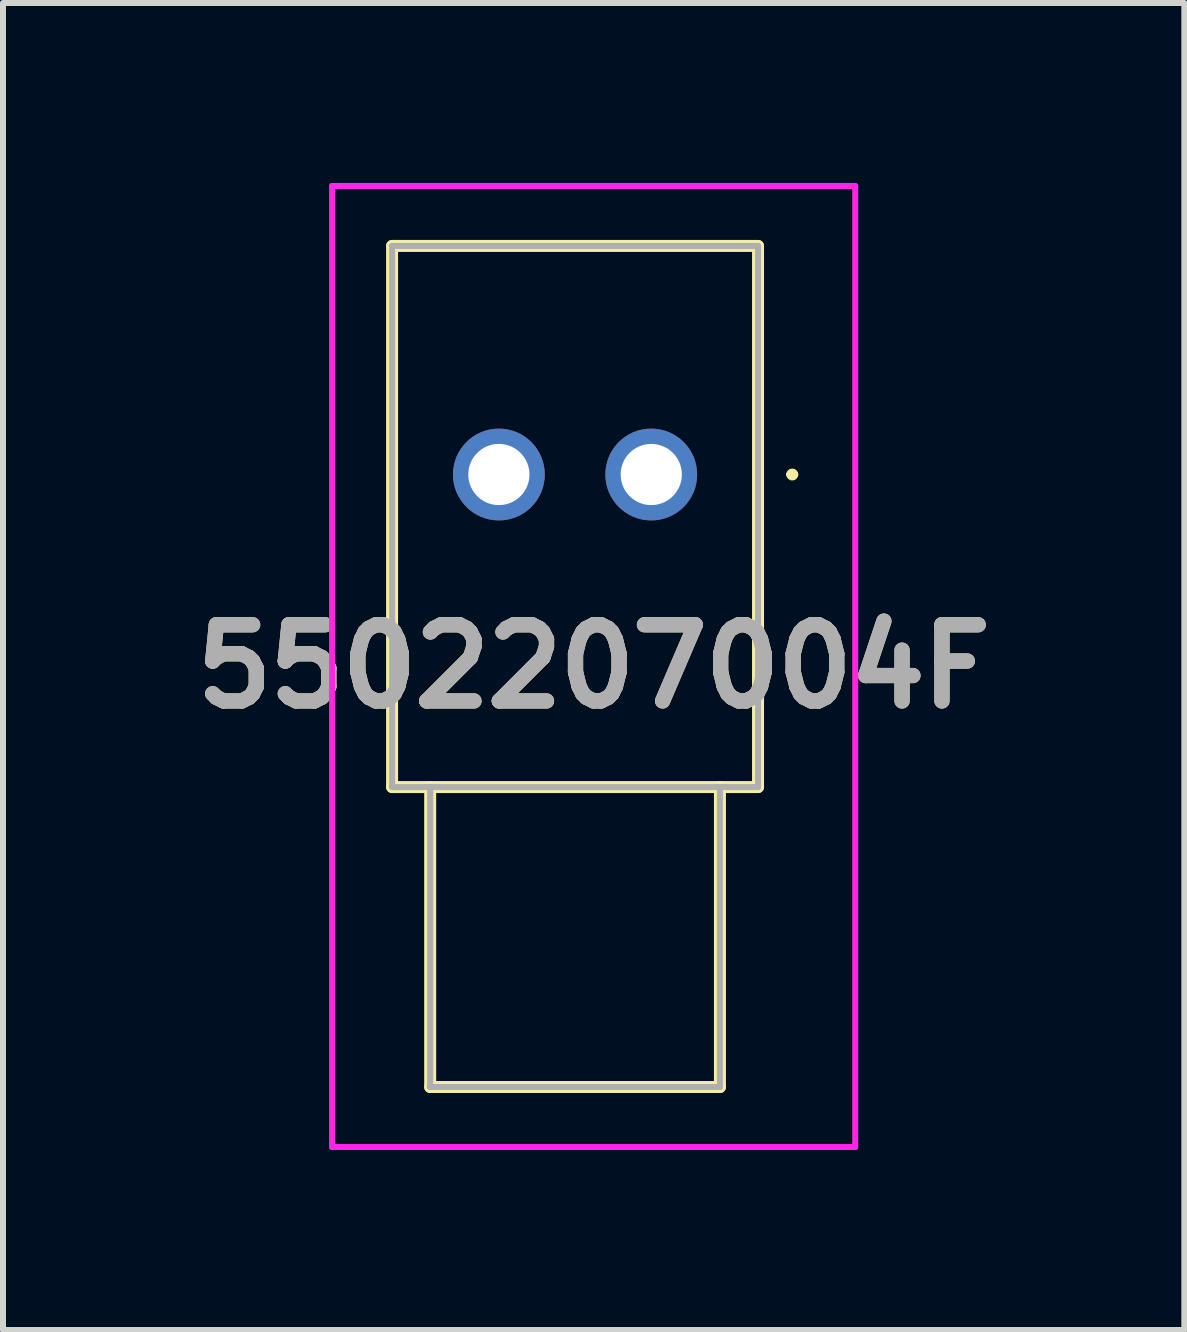
<source format=kicad_pcb>
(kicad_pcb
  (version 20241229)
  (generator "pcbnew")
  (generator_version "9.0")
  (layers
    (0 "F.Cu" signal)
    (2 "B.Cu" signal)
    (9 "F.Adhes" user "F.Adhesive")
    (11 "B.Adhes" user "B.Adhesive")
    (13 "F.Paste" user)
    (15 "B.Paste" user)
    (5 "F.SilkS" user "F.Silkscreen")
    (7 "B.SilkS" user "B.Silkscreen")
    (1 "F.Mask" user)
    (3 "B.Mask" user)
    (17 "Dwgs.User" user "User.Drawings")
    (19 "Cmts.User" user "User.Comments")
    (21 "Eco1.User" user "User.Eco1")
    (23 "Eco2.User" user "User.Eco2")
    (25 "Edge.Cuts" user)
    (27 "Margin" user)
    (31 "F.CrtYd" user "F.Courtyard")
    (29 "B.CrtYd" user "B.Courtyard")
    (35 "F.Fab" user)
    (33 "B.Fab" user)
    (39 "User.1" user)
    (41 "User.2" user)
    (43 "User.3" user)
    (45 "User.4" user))
  (footprint "5502207004F"
    (layer "F.Cu")
    (at 7.806 4.86)
    (property "Reference" "5502207004F" (at -0.96 3.2 0) (layer "F.SilkS") (effects (font (size 1.27 1.27) (thickness 0.254))))
    (attr through_hole)
    (fp_line (start -4.32 -3.81) (end -4.32 5.21) (stroke (width 0.2) (type solid)) (layer "F.SilkS"))
    (fp_line (start -4.32 5.21) (end 1.78 5.21) (stroke (width 0.2) (type solid)) (layer "F.SilkS"))
    (fp_line (start -3.685 10.21) (end -3.685 5.21) (stroke (width 0.2) (type solid)) (layer "F.SilkS"))
    (fp_line (start 1.145 5.21) (end 1.145 10.21) (stroke (width 0.2) (type solid)) (layer "F.SilkS"))
    (fp_line (start 1.145 10.21) (end -3.685 10.21) (stroke (width 0.2) (type solid)) (layer "F.SilkS"))
    (fp_line (start 1.78 -3.81) (end -4.32 -3.81) (stroke (width 0.2) (type solid)) (layer "F.SilkS"))
    (fp_line (start 1.78 5.21) (end 1.78 -3.81) (stroke (width 0.2) (type solid)) (layer "F.SilkS"))
    (fp_line (start 2.3 0) (end 2.3 0) (stroke (width 0.1) (type solid)) (layer "F.SilkS"))
    (fp_line (start 2.4 0) (end 2.4 0) (stroke (width 0.1) (type solid)) (layer "F.SilkS"))
    (fp_arc (start 2.3 0) (mid 2.35 -0.05) (end 2.4 0) (stroke (width 0.1) (type solid)) (layer "F.SilkS"))
    (fp_arc (start 2.4 0) (mid 2.35 0.05) (end 2.3 0) (stroke (width 0.1) (type solid)) (layer "F.SilkS"))
    (fp_line (start -5.32 -4.81) (end 3.4 -4.81) (stroke (width 0.1) (type solid)) (layer "F.CrtYd"))
    (fp_line (start -5.32 11.21) (end -5.32 -4.81) (stroke (width 0.1) (type solid)) (layer "F.CrtYd"))
    (fp_line (start 3.4 -4.81) (end 3.4 11.21) (stroke (width 0.1) (type solid)) (layer "F.CrtYd"))
    (fp_line (start 3.4 11.21) (end -5.32 11.21) (stroke (width 0.1) (type solid)) (layer "F.CrtYd"))
    (fp_line (start -4.32 -3.81) (end -4.32 5.21) (stroke (width 0.1) (type solid)) (layer "F.Fab"))
    (fp_line (start -4.32 5.21) (end 1.78 5.21) (stroke (width 0.1) (type solid)) (layer "F.Fab"))
    (fp_line (start -3.685 10.21) (end -3.685 5.21) (stroke (width 0.1) (type solid)) (layer "F.Fab"))
    (fp_line (start 1.145 5.21) (end 1.145 10.21) (stroke (width 0.1) (type solid)) (layer "F.Fab"))
    (fp_line (start 1.145 10.21) (end -3.685 10.21) (stroke (width 0.1) (type solid)) (layer "F.Fab"))
    (fp_line (start 1.78 -3.81) (end -4.32 -3.81) (stroke (width 0.1) (type solid)) (layer "F.Fab"))
    (fp_line (start 1.78 5.21) (end 1.78 -3.81) (stroke (width 0.1) (type solid)) (layer "F.Fab"))
    (fp_text user "${REFERENCE}" (at -0.96 3.2 0) (layer "F.Fab") (effects (font (size 1.27 1.27) (thickness 0.254))))
    (pad "1" thru_hole circle (at 0 0) (size 1.53 1.53) (drill 1.02) (layers "*.Cu" "*.Mask"))
    (pad "2" thru_hole circle (at -2.54 0) (size 1.53 1.53) (drill 1.02) (layers "*.Cu" "*.Mask")))
  (gr_rect
    (start -3 -3)
    (end 16.692 19.12)
    (stroke (width 0.1) (type default))
    (fill no)
    (layer "Edge.Cuts")))
</source>
